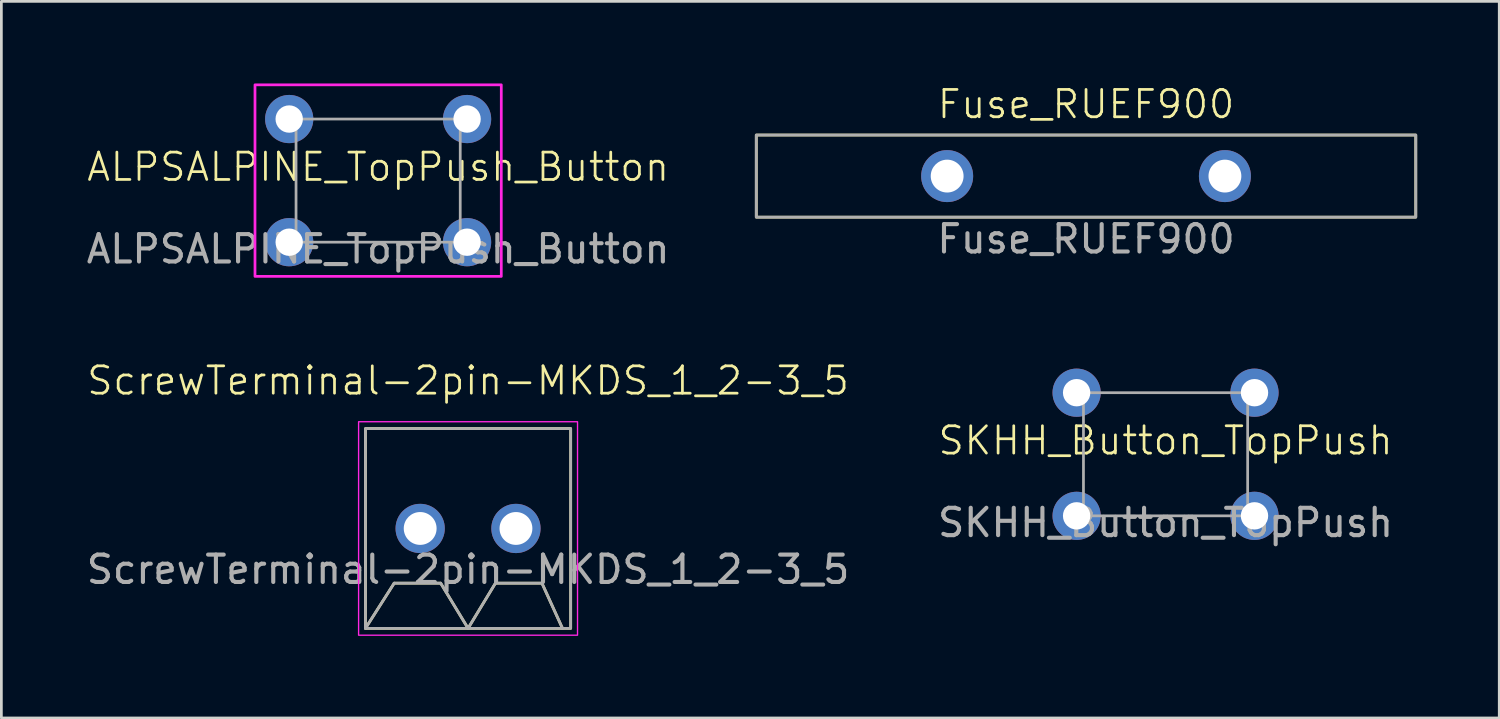
<source format=kicad_pcb>
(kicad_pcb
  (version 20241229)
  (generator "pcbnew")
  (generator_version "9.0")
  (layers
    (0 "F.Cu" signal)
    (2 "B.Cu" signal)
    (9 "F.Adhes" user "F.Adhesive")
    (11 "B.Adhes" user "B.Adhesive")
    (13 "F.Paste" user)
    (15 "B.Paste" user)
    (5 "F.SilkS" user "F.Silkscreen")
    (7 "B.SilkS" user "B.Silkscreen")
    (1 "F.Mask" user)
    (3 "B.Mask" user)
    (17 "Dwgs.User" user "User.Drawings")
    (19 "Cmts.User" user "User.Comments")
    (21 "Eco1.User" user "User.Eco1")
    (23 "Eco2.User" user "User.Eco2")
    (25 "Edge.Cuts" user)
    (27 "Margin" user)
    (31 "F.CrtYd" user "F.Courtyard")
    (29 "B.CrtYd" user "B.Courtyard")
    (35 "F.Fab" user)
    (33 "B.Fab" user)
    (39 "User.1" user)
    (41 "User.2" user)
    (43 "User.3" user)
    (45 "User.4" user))
  (footprint "Fuse_RUEF900"
    (layer "F.Cu")
    (at 36.636 3.385)
    (property "Reference" "Fuse_RUEF900" (at 0 -2.625 0) (unlocked yes) (layer "F.SilkS") (effects (font (size 1 1) (thickness 0.1))))
    (attr through_hole)
    (fp_rect (start -12.05 -1.5) (end 12.05 1.5) (stroke (width 0.1) (type default)) (fill no) (layer "F.SilkS"))
    (fp_rect (start -12.05 -1.5) (end 12.05 1.5) (stroke (width 0.1) (type default)) (fill no) (layer "Margin"))
    (fp_rect (start -12.05 -1.5) (end 12.05 1.5) (stroke (width 0.1) (type default)) (fill no) (layer "F.Fab"))
    (fp_text user "${REFERENCE}" (at 0 2.3 0) (unlocked yes) (layer "F.Fab") (effects (font (size 1 1) (thickness 0.15))))
    (pad "1" thru_hole circle (at -5.075 0) (size 1.9 1.9) (drill 1.2) (layers "*.Cu" "*.Mask"))
    (pad "2" thru_hole circle (at 5.075 0) (size 1.9 1.9) (drill 1.2) (layers "*.Cu" "*.Mask")))
  (footprint "ScrewTerminal-2pin-MKDS_1_2-3_5"
    (layer "F.Cu")
    (at 14.054 16.261)
    (property "Reference" "ScrewTerminal-2pin-MKDS_1_2-3_5" (at 0 -5.4 0) (unlocked yes) (layer "F.SilkS") (effects (font (size 1 1) (thickness 0.1))))
    (attr through_hole)
    (fp_line (start -2.7 2) (end -3.75 3.65) (stroke (width 0.1) (type default)) (layer "F.SilkS"))
    (fp_line (start -1 2) (end -2.7 2) (stroke (width 0.1) (type default)) (layer "F.SilkS"))
    (fp_line (start 0 3.65) (end -1 2) (stroke (width 0.1) (type default)) (layer "F.SilkS"))
    (fp_line (start 0 3.65) (end 1 2) (stroke (width 0.1) (type default)) (layer "F.SilkS"))
    (fp_line (start 1 2) (end 2.7 2) (stroke (width 0.1) (type default)) (layer "F.SilkS"))
    (fp_line (start 2.7 2) (end 3.45 3.65) (stroke (width 0.1) (type default)) (layer "F.SilkS"))
    (fp_rect (start -3.75 -3.65) (end 3.75 3.65) (stroke (width 0.1) (type default)) (fill no) (layer "F.SilkS"))
    (fp_rect (start -4 -3.9) (end 4 3.9) (stroke (width 0.05) (type default)) (fill no) (layer "F.CrtYd"))
    (fp_line (start -2.7 2) (end -3.75 3.65) (stroke (width 0.1) (type default)) (layer "F.Fab"))
    (fp_line (start -1 2) (end -2.7 2) (stroke (width 0.1) (type default)) (layer "F.Fab"))
    (fp_line (start 0 3.65) (end -1 2) (stroke (width 0.1) (type default)) (layer "F.Fab"))
    (fp_line (start 0 3.65) (end 1 2) (stroke (width 0.1) (type default)) (layer "F.Fab"))
    (fp_line (start 1 2) (end 2.7 2) (stroke (width 0.1) (type default)) (layer "F.Fab"))
    (fp_line (start 2.7 2) (end 3.45 3.65) (stroke (width 0.1) (type default)) (layer "F.Fab"))
    (fp_rect (start -3.75 -3.65) (end 3.75 3.65) (stroke (width 0.1) (type default)) (fill no) (layer "F.Fab"))
    (fp_text user "${REFERENCE}" (at 0 1.5 0) (unlocked yes) (layer "F.Fab") (effects (font (size 1 1) (thickness 0.15))))
    (pad "1" thru_hole circle (at -1.75 0) (size 1.8 1.8) (drill 1.2) (layers "*.Cu" "*.Mask"))
    (pad "2" thru_hole circle (at 1.75 0) (size 1.8 1.8) (drill 1.2) (layers "*.Cu" "*.Mask")))
  (footprint "SKHH_Button_TopPush"
    (layer "F.Cu")
    (at 39.542 13.55)
    (property "Reference" "SKHH_Button_TopPush" (at 0 -0.5 0) (unlocked yes) (layer "F.SilkS") (effects (font (size 1 1) (thickness 0.1))))
    (attr through_hole)
    (fp_rect (start -4.6 -3.4) (end 4.6 3.4) (stroke (width 0.1) (type default)) (fill no) (layer "Margin"))
    (fp_rect (start -3 -2.25) (end 3 2.25) (stroke (width 0.1) (type default)) (fill no) (layer "F.Fab"))
    (fp_text user "${REFERENCE}" (at 0 2.5 0) (unlocked yes) (layer "F.Fab") (effects (font (size 1 1) (thickness 0.15))))
    (pad "1" thru_hole circle (at -3.25 -2.25) (size 1.762 1.762) (drill 1) (layers "*.Cu" "*.Mask"))
    (pad "1" thru_hole circle (at -3.25 2.25) (size 1.762 1.762) (drill 1) (layers "*.Cu" "*.Mask"))
    (pad "2" thru_hole circle (at 3.25 -2.25) (size 1.762 1.762) (drill 1) (layers "*.Cu" "*.Mask"))
    (pad "2" thru_hole circle (at 3.25 2.25) (size 1.762 1.762) (drill 1) (layers "*.Cu" "*.Mask")))
  (footprint "ALPSALPINE_TopPush_Button"
    (layer "F.Cu")
    (at 10.768 3.55)
    (property "Reference" "ALPSALPINE_TopPush_Button" (at 0 -0.5 0) (unlocked yes) (layer "F.SilkS") (effects (font (size 1 1) (thickness 0.1))))
    (attr through_hole)
    (fp_rect (start -4.5 -3.5) (end 4.5 3.5) (stroke (width 0.1) (type default)) (fill no) (layer "F.CrtYd"))
    (fp_rect (start -3 -2.25) (end 3 2.25) (stroke (width 0.1) (type default)) (fill no) (layer "F.Fab"))
    (fp_text user "${REFERENCE}" (at 0 2.5 0) (unlocked yes) (layer "F.Fab") (effects (font (size 1 1) (thickness 0.15))))
    (pad "1" thru_hole circle (at -3.25 -2.25) (size 1.762 1.762) (drill 1) (layers "*.Cu" "*.Mask"))
    (pad "1" thru_hole circle (at -3.25 2.25) (size 1.762 1.762) (drill 1) (layers "*.Cu" "*.Mask"))
    (pad "2" thru_hole circle (at 3.25 -2.25) (size 1.762 1.762) (drill 1) (layers "*.Cu" "*.Mask"))
    (pad "2" thru_hole circle (at 3.25 2.25) (size 1.762 1.762) (drill 1) (layers "*.Cu" "*.Mask")))
  (gr_rect
    (start -3 -3)
    (end 51.736 23.186)
    (stroke (width 0.1) (type default))
    (fill no)
    (layer "Edge.Cuts")))
</source>
